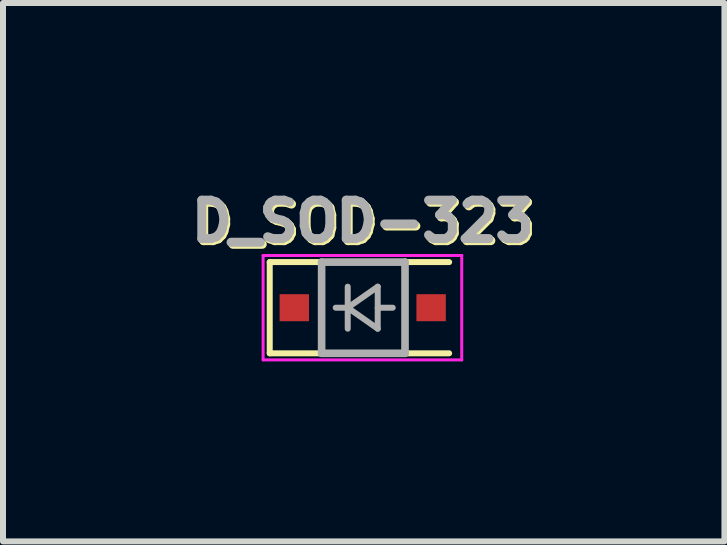
<source format=kicad_pcb>
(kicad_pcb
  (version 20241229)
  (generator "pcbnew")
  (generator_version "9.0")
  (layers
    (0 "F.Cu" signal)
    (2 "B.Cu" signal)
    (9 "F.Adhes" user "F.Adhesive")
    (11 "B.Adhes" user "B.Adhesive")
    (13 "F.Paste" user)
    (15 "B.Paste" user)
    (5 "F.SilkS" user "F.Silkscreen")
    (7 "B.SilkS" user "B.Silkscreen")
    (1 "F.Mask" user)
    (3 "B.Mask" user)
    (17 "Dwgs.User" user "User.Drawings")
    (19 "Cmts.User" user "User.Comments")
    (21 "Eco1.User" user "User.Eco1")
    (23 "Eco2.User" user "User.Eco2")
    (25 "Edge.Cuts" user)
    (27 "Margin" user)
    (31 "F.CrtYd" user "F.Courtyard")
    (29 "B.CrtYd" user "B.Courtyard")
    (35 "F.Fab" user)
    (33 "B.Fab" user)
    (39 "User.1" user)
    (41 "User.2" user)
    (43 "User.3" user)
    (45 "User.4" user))
  (footprint "D_SOD-323"
    (layer "F.Cu")
    (at 2.995 2.078)
    (property "Reference" "D_SOD-323" (at 0.032 -1.406 0) (layer "F.SilkS") (effects (font (size 0.64 0.64) (thickness 0.15))))
    (attr smd)
    (fp_line (start -1.55 0.76) (end -1.55 -0.76) (stroke (width 0.1) (type default)) (layer "F.SilkS"))
    (fp_line (start -1.55 0.76) (end 1.44 0.76) (stroke (width 0.1) (type solid)) (layer "F.SilkS"))
    (fp_line (start 1.44 -0.76) (end -1.55 -0.76) (stroke (width 0.1) (type solid)) (layer "F.SilkS"))
    (fp_line (start -1.66 -0.87) (end -1.66 0.87) (stroke (width 0.05) (type solid)) (layer "F.CrtYd"))
    (fp_line (start -1.66 0.87) (end 1.65 0.87) (stroke (width 0.05) (type solid)) (layer "F.CrtYd"))
    (fp_line (start 1.65 -0.87) (end -1.66 -0.87) (stroke (width 0.05) (type solid)) (layer "F.CrtYd"))
    (fp_line (start 1.65 0.87) (end 1.65 -0.87) (stroke (width 0.05) (type solid)) (layer "F.CrtYd"))
    (fp_line (start -0.685 -0.76) (end -0.685 0.76) (stroke (width 0.127) (type solid)) (layer "F.Fab"))
    (fp_line (start -0.685 0.76) (end 0.705 0.76) (stroke (width 0.127) (type solid)) (layer "F.Fab"))
    (fp_line (start -0.25 -0.35) (end -0.25 0.35) (stroke (width 0.1) (type solid)) (layer "F.Fab"))
    (fp_line (start -0.25 0) (end -0.45 0) (stroke (width 0.1) (type solid)) (layer "F.Fab"))
    (fp_line (start -0.25 0) (end 0.25 -0.35) (stroke (width 0.1) (type solid)) (layer "F.Fab"))
    (fp_line (start 0.25 -0.35) (end 0.25 0.35) (stroke (width 0.1) (type solid)) (layer "F.Fab"))
    (fp_line (start 0.25 0) (end 0.5 0) (stroke (width 0.1) (type solid)) (layer "F.Fab"))
    (fp_line (start 0.25 0.35) (end -0.25 0) (stroke (width 0.1) (type solid)) (layer "F.Fab"))
    (fp_line (start 0.705 -0.76) (end -0.685 -0.76) (stroke (width 0.127) (type solid)) (layer "F.Fab"))
    (fp_line (start 0.705 0.76) (end 0.705 -0.76) (stroke (width 0.127) (type solid)) (layer "F.Fab"))
    (fp_text user "${REFERENCE}" (at 0 -1.44 0) (unlocked yes) (layer "F.Fab") (effects (font (size 0.64 0.64) (thickness 0.15) (bold yes))))
    (pad "1" smd rect (at -1.14 0) (size 0.49 0.45) (layers "F.Cu" "F.Mask" "F.Paste"))
    (pad "2" smd rect (at 1.14 0) (size 0.49 0.45) (layers "F.Cu" "F.Mask" "F.Paste")))
  (gr_rect
    (start -3 -3)
    (end 9.023 5.973)
    (stroke (width 0.1) (type default))
    (fill no)
    (layer "Edge.Cuts")))
</source>
